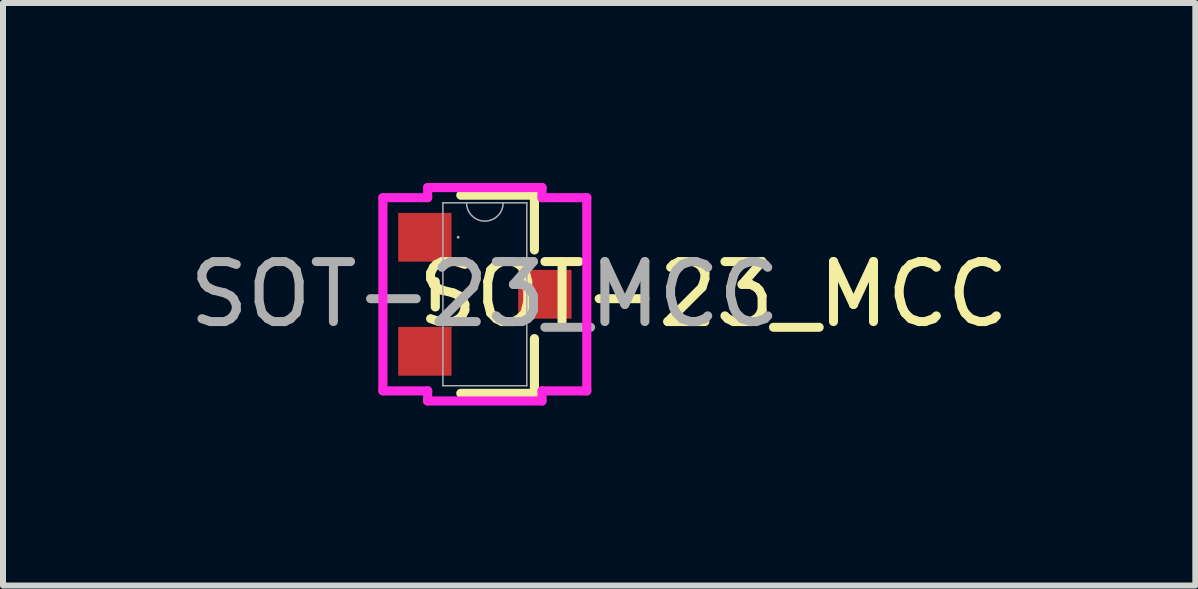
<source format=kicad_pcb>
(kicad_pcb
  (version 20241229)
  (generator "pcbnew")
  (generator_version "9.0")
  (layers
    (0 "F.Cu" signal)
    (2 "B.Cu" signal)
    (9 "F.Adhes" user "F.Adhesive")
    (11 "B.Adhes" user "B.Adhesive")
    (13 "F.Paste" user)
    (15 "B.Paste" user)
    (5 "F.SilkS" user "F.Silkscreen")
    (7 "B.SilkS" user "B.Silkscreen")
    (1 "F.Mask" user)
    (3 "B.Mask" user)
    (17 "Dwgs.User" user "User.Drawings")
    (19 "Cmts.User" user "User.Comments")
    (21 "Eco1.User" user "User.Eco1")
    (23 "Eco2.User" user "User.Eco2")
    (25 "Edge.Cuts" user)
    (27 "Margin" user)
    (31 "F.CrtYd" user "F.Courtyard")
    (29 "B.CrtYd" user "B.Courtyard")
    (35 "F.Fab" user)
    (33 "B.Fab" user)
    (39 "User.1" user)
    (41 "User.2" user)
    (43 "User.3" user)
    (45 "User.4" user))
  (footprint "SOT-23_MCC"
    (layer "F.Cu")
    (at 5.03 1.854)
    (property "Reference" "SOT-23_MCC" (at 3.81 0 0) (unlocked yes) (layer "F.SilkS") (effects (font (size 1 1) (thickness 0.15))))
    (attr smd)
    (fp_line (start -0.826 -0.211) (end -0.826 0.211) (stroke (width 0.152) (type solid)) (layer "F.SilkS"))
    (fp_line (start -0.401 1.651) (end 0.826 1.651) (stroke (width 0.152) (type solid)) (layer "F.SilkS"))
    (fp_line (start 0.826 -1.651) (end -0.401 -1.651) (stroke (width 0.152) (type solid)) (layer "F.SilkS"))
    (fp_line (start 0.826 -0.739) (end 0.826 -1.651) (stroke (width 0.152) (type solid)) (layer "F.SilkS"))
    (fp_line (start 0.826 1.651) (end 0.826 0.739) (stroke (width 0.152) (type solid)) (layer "F.SilkS"))
    (fp_line (start -1.699 -1.61) (end -0.953 -1.61) (stroke (width 0.152) (type solid)) (layer "F.CrtYd"))
    (fp_line (start -1.699 1.61) (end -1.699 -1.61) (stroke (width 0.152) (type solid)) (layer "F.CrtYd"))
    (fp_line (start -1.699 1.61) (end -0.953 1.61) (stroke (width 0.152) (type solid)) (layer "F.CrtYd"))
    (fp_line (start -0.953 -1.778) (end 0.953 -1.778) (stroke (width 0.152) (type solid)) (layer "F.CrtYd"))
    (fp_line (start -0.953 -1.61) (end -0.953 -1.778) (stroke (width 0.152) (type solid)) (layer "F.CrtYd"))
    (fp_line (start -0.953 1.778) (end -0.953 1.61) (stroke (width 0.152) (type solid)) (layer "F.CrtYd"))
    (fp_line (start 0.953 -1.778) (end 0.953 -1.61) (stroke (width 0.152) (type solid)) (layer "F.CrtYd"))
    (fp_line (start 0.953 1.61) (end 0.953 1.778) (stroke (width 0.152) (type solid)) (layer "F.CrtYd"))
    (fp_line (start 0.953 1.778) (end -0.953 1.778) (stroke (width 0.152) (type solid)) (layer "F.CrtYd"))
    (fp_line (start 1.699 -1.61) (end 0.953 -1.61) (stroke (width 0.152) (type solid)) (layer "F.CrtYd"))
    (fp_line (start 1.699 -1.61) (end 1.699 1.61) (stroke (width 0.152) (type solid)) (layer "F.CrtYd"))
    (fp_line (start 1.699 1.61) (end 0.953 1.61) (stroke (width 0.152) (type solid)) (layer "F.CrtYd"))
    (fp_line (start -0.699 -1.524) (end -0.699 1.524) (stroke (width 0.025) (type solid)) (layer "F.Fab"))
    (fp_line (start -0.699 1.524) (end 0.699 1.524) (stroke (width 0.025) (type solid)) (layer "F.Fab"))
    (fp_line (start 0.699 -1.524) (end -0.699 -1.524) (stroke (width 0.025) (type solid)) (layer "F.Fab"))
    (fp_line (start 0.699 1.524) (end 0.699 -1.524) (stroke (width 0.025) (type solid)) (layer "F.Fab"))
    (fp_arc (start 0.3048 -1.524) (mid 0 -1.2192) (end -0.3048 -1.524) (stroke (width 0.0254) (type solid)) (layer "F.Fab"))
    (fp_circle (center -0.445 -0.95) (end -0.445 -0.95) (stroke (width 0.025) (type solid)) (fill no) (layer "F.Fab"))
    (fp_text user "${REFERENCE}" (at 0 0 0) (unlocked yes) (layer "F.Fab") (effects (font (size 1 1) (thickness 0.15))))
    (pad "1" smd rect (at -1 -0.95) (size 0.889 0.813) (layers "F.Cu" "F.Mask" "F.Paste"))
    (pad "2" smd rect (at -1 0.95) (size 0.889 0.813) (layers "F.Cu" "F.Mask" "F.Paste"))
    (pad "3" smd rect (at 1 0) (size 0.889 0.813) (layers "F.Cu" "F.Mask" "F.Paste")))
  (gr_rect
    (start -3 -3)
    (end 16.87 6.708)
    (stroke (width 0.1) (type default))
    (fill no)
    (layer "Edge.Cuts")))
</source>
